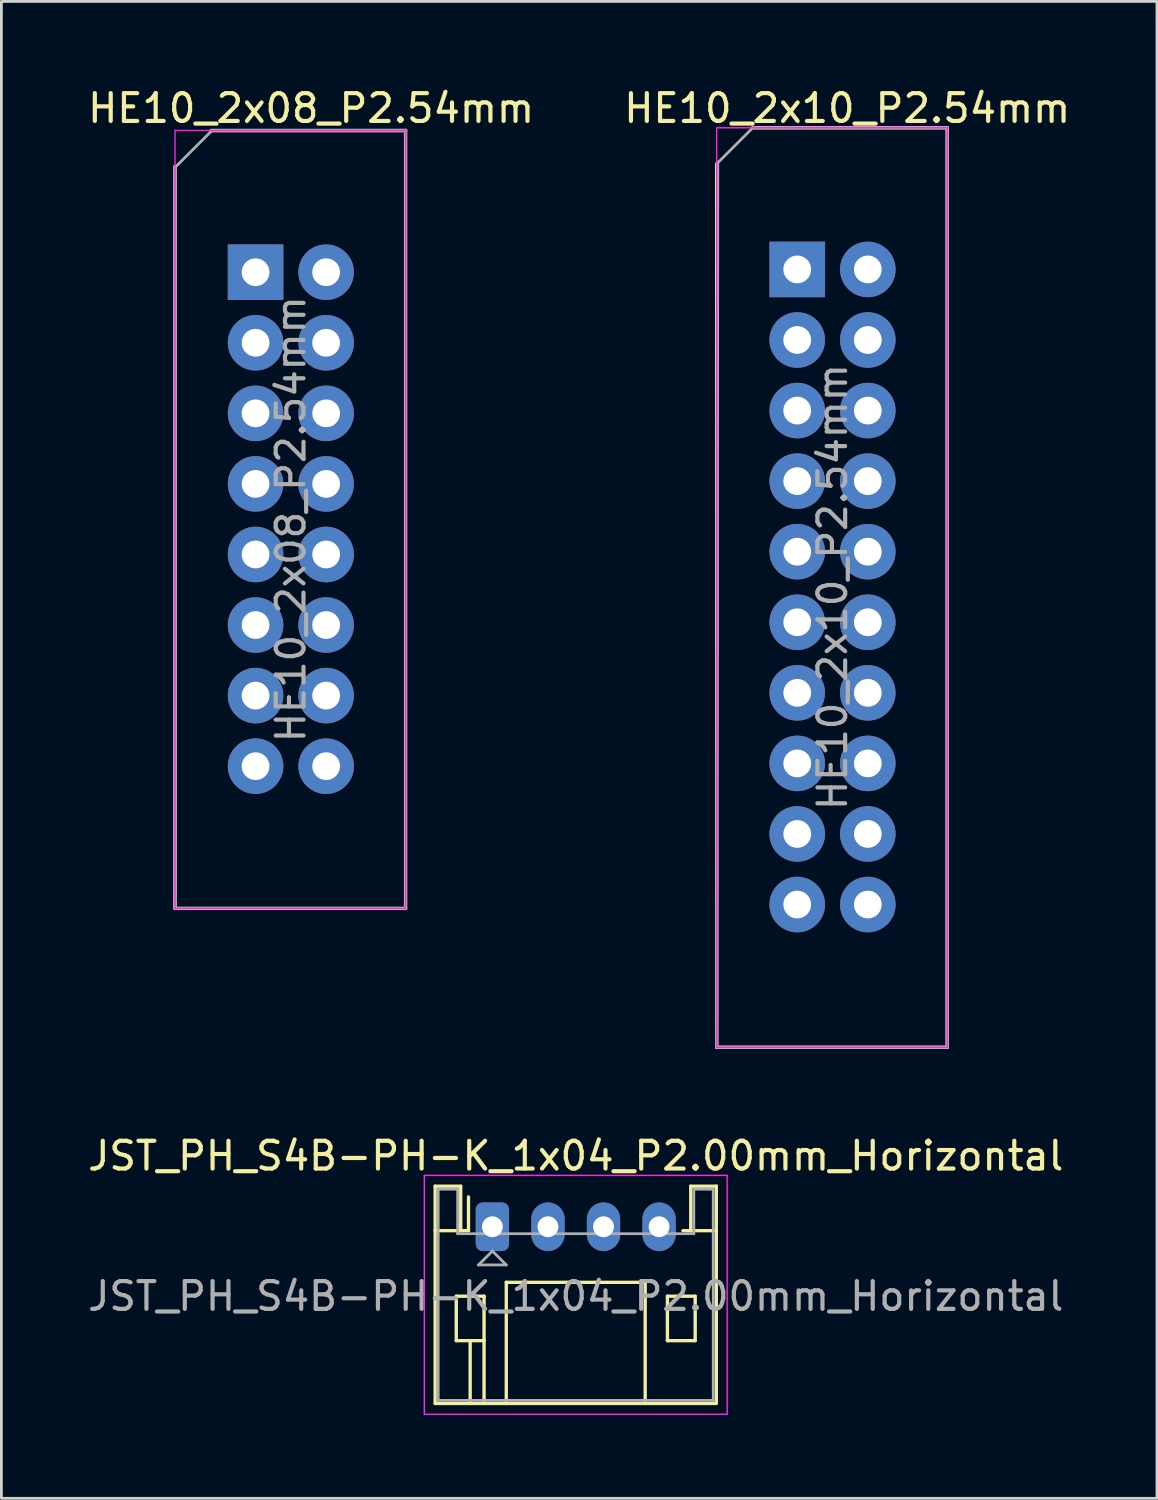
<source format=kicad_pcb>
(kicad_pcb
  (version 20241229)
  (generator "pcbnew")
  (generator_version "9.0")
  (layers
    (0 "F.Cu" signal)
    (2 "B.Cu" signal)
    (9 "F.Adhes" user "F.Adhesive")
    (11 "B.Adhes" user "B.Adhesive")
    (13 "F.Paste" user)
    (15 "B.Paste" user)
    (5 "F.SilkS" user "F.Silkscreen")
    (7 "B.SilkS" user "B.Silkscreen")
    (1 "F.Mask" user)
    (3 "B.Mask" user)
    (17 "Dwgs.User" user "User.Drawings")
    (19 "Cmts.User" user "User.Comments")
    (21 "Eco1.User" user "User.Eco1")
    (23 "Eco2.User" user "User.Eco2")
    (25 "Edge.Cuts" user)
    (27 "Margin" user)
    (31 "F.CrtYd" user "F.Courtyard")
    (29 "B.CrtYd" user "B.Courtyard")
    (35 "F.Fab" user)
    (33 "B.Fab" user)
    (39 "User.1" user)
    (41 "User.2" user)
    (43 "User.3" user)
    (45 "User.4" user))
  (footprint "HE10_2x08_P2.54mm"
    (layer "F.Cu")
    (at 6.149 6.748)
    (property "Reference" "HE10_2x08_P2.54mm" (at 2 -5.9 0) (layer "F.SilkS") (effects (font (size 1 1) (thickness 0.15))))
    (attr through_hole)
    (fp_line (start -2.9 -3.8) (end -2.9 22.9) (stroke (width 0.12) (type solid)) (layer "F.SilkS"))
    (fp_line (start -2.9 22.9) (end 5.4 22.9) (stroke (width 0.12) (type solid)) (layer "F.SilkS"))
    (fp_line (start -1.6 -5.1) (end 5.4 -5.1) (stroke (width 0.12) (type solid)) (layer "F.SilkS"))
    (fp_line (start 5.4 -5.1) (end 5.4 22.9) (stroke (width 0.12) (type solid)) (layer "F.SilkS"))
    (fp_line (start -2.9 -5.1) (end -2.9 22.9) (stroke (width 0.05) (type solid)) (layer "F.CrtYd"))
    (fp_line (start -2.9 22.9) (end 5.4 22.9) (stroke (width 0.05) (type solid)) (layer "F.CrtYd"))
    (fp_line (start 5.4 -5.1) (end -2.9 -5.1) (stroke (width 0.05) (type solid)) (layer "F.CrtYd"))
    (fp_line (start 5.4 22.9) (end 5.4 -5.1) (stroke (width 0.05) (type solid)) (layer "F.CrtYd"))
    (fp_line (start -2.9 -3.8) (end -2.9 22.9) (stroke (width 0.12) (type solid)) (layer "F.Fab"))
    (fp_line (start -2.87 -3.8) (end -1.6 -5.07) (stroke (width 0.1) (type solid)) (layer "F.Fab"))
    (fp_line (start -1.6 -5.1) (end 5.4 -5.1) (stroke (width 0.12) (type solid)) (layer "F.Fab"))
    (fp_line (start 5.4 -5.1) (end 5.4 22.9) (stroke (width 0.1) (type solid)) (layer "F.Fab"))
    (fp_line (start 5.4 22.9) (end -2.9 22.9) (stroke (width 0.1) (type solid)) (layer "F.Fab"))
    (fp_text user "${REFERENCE}" (at 1.27 8.89 90) (layer "F.Fab") (effects (font (size 1 1) (thickness 0.15))))
    (pad "1" thru_hole rect (at 0 0) (size 2 2) (drill 1) (layers "*.Cu" "*.Mask"))
    (pad "2" thru_hole oval (at 2.54 0) (size 2 2) (drill 1) (layers "*.Cu" "*.Mask"))
    (pad "3" thru_hole oval (at 0 2.54) (size 2 2) (drill 1) (layers "*.Cu" "*.Mask"))
    (pad "4" thru_hole oval (at 2.54 2.54) (size 2 2) (drill 1) (layers "*.Cu" "*.Mask"))
    (pad "5" thru_hole oval (at 0 5.08) (size 2 2) (drill 1) (layers "*.Cu" "*.Mask"))
    (pad "6" thru_hole oval (at 2.54 5.08) (size 2 2) (drill 1) (layers "*.Cu" "*.Mask"))
    (pad "7" thru_hole oval (at 0 7.62) (size 2 2) (drill 1) (layers "*.Cu" "*.Mask"))
    (pad "8" thru_hole oval (at 2.54 7.62) (size 2 2) (drill 1) (layers "*.Cu" "*.Mask"))
    (pad "9" thru_hole oval (at 0 10.16) (size 2 2) (drill 1) (layers "*.Cu" "*.Mask"))
    (pad "10" thru_hole oval (at 2.54 10.16) (size 2 2) (drill 1) (layers "*.Cu" "*.Mask"))
    (pad "11" thru_hole oval (at 0 12.7) (size 2 2) (drill 1) (layers "*.Cu" "*.Mask"))
    (pad "12" thru_hole oval (at 2.54 12.7) (size 2 2) (drill 1) (layers "*.Cu" "*.Mask"))
    (pad "13" thru_hole oval (at 0 15.24) (size 2 2) (drill 1) (layers "*.Cu" "*.Mask"))
    (pad "14" thru_hole oval (at 2.54 15.24) (size 2 2) (drill 1) (layers "*.Cu" "*.Mask"))
    (pad "15" thru_hole oval (at 0 17.78) (size 2 2) (drill 1) (layers "*.Cu" "*.Mask"))
    (pad "16" thru_hole oval (at 2.54 17.78) (size 2 2) (drill 1) (layers "*.Cu" "*.Mask")))
  (footprint "JST_PH_S4B-PH-K_1x04_P2.00mm_Horizontal"
    (layer "F.Cu")
    (at 14.673 41.106)
    (property "Reference" "JST_PH_S4B-PH-K_1x04_P2.00mm_Horizontal" (at 3 -2.55 0) (layer "F.SilkS") (effects (font (size 1 1) (thickness 0.15))))
    (attr through_hole)
    (fp_line (start -2.06 -1.46) (end -2.06 6.36) (stroke (width 0.12) (type solid)) (layer "F.SilkS"))
    (fp_line (start -2.06 0.14) (end -1.14 0.14) (stroke (width 0.12) (type solid)) (layer "F.SilkS"))
    (fp_line (start -2.06 6.36) (end 8.06 6.36) (stroke (width 0.12) (type solid)) (layer "F.SilkS"))
    (fp_line (start -1.3 2.5) (end -1.3 4.1) (stroke (width 0.12) (type solid)) (layer "F.SilkS"))
    (fp_line (start -1.3 4.1) (end -0.3 4.1) (stroke (width 0.12) (type solid)) (layer "F.SilkS"))
    (fp_line (start -1.14 -1.46) (end -2.06 -1.46) (stroke (width 0.12) (type solid)) (layer "F.SilkS"))
    (fp_line (start -1.14 0.14) (end -1.14 -1.46) (stroke (width 0.12) (type solid)) (layer "F.SilkS"))
    (fp_line (start -0.86 0.14) (end -1.14 0.14) (stroke (width 0.12) (type solid)) (layer "F.SilkS"))
    (fp_line (start -0.86 0.14) (end -0.86 -1.075) (stroke (width 0.12) (type solid)) (layer "F.SilkS"))
    (fp_line (start -0.8 4.1) (end -0.8 6.36) (stroke (width 0.12) (type solid)) (layer "F.SilkS"))
    (fp_line (start -0.3 2.5) (end -1.3 2.5) (stroke (width 0.12) (type solid)) (layer "F.SilkS"))
    (fp_line (start -0.3 4.1) (end -0.3 2.5) (stroke (width 0.12) (type solid)) (layer "F.SilkS"))
    (fp_line (start -0.3 4.1) (end -0.3 6.36) (stroke (width 0.12) (type solid)) (layer "F.SilkS"))
    (fp_line (start 0.5 2) (end 5.5 2) (stroke (width 0.12) (type solid)) (layer "F.SilkS"))
    (fp_line (start 0.5 6.36) (end 0.5 2) (stroke (width 0.12) (type solid)) (layer "F.SilkS"))
    (fp_line (start 5.5 2) (end 5.5 6.36) (stroke (width 0.12) (type solid)) (layer "F.SilkS"))
    (fp_line (start 6.3 2.5) (end 7.3 2.5) (stroke (width 0.12) (type solid)) (layer "F.SilkS"))
    (fp_line (start 6.3 4.1) (end 6.3 2.5) (stroke (width 0.12) (type solid)) (layer "F.SilkS"))
    (fp_line (start 7.14 -1.46) (end 7.14 0.14) (stroke (width 0.12) (type solid)) (layer "F.SilkS"))
    (fp_line (start 7.14 0.14) (end 6.86 0.14) (stroke (width 0.12) (type solid)) (layer "F.SilkS"))
    (fp_line (start 7.3 2.5) (end 7.3 4.1) (stroke (width 0.12) (type solid)) (layer "F.SilkS"))
    (fp_line (start 7.3 4.1) (end 6.3 4.1) (stroke (width 0.12) (type solid)) (layer "F.SilkS"))
    (fp_line (start 8.06 -1.46) (end 7.14 -1.46) (stroke (width 0.12) (type solid)) (layer "F.SilkS"))
    (fp_line (start 8.06 0.14) (end 7.14 0.14) (stroke (width 0.12) (type solid)) (layer "F.SilkS"))
    (fp_line (start 8.06 6.36) (end 8.06 -1.46) (stroke (width 0.12) (type solid)) (layer "F.SilkS"))
    (fp_line (start -2.45 -1.85) (end -2.45 6.75) (stroke (width 0.05) (type solid)) (layer "F.CrtYd"))
    (fp_line (start -2.45 6.75) (end 8.45 6.75) (stroke (width 0.05) (type solid)) (layer "F.CrtYd"))
    (fp_line (start 8.45 -1.85) (end -2.45 -1.85) (stroke (width 0.05) (type solid)) (layer "F.CrtYd"))
    (fp_line (start 8.45 6.75) (end 8.45 -1.85) (stroke (width 0.05) (type solid)) (layer "F.CrtYd"))
    (fp_line (start -1.95 -1.35) (end -1.95 6.25) (stroke (width 0.1) (type solid)) (layer "F.Fab"))
    (fp_line (start -1.95 6.25) (end 7.95 6.25) (stroke (width 0.1) (type solid)) (layer "F.Fab"))
    (fp_line (start -1.25 -1.35) (end -1.95 -1.35) (stroke (width 0.1) (type solid)) (layer "F.Fab"))
    (fp_line (start -1.25 0.25) (end -1.25 -1.35) (stroke (width 0.1) (type solid)) (layer "F.Fab"))
    (fp_line (start -0.5 1.375) (end 0.5 1.375) (stroke (width 0.1) (type solid)) (layer "F.Fab"))
    (fp_line (start 0 0.875) (end -0.5 1.375) (stroke (width 0.1) (type solid)) (layer "F.Fab"))
    (fp_line (start 0.5 1.375) (end 0 0.875) (stroke (width 0.1) (type solid)) (layer "F.Fab"))
    (fp_line (start 7.25 -1.35) (end 7.25 0.25) (stroke (width 0.1) (type solid)) (layer "F.Fab"))
    (fp_line (start 7.25 0.25) (end -1.25 0.25) (stroke (width 0.1) (type solid)) (layer "F.Fab"))
    (fp_line (start 7.95 -1.35) (end 7.25 -1.35) (stroke (width 0.1) (type solid)) (layer "F.Fab"))
    (fp_line (start 7.95 6.25) (end 7.95 -1.35) (stroke (width 0.1) (type solid)) (layer "F.Fab"))
    (fp_text user "${REFERENCE}" (at 3 2.5 0) (layer "F.Fab") (effects (font (size 1 1) (thickness 0.15))))
    (pad "1" thru_hole roundrect (at 0 0) (size 1.2 1.75) (drill 0.75) (layers "*.Cu" "*.Mask") (roundrect_rratio 0.208))
    (pad "2" thru_hole oval (at 2 0) (size 1.2 1.75) (drill 0.75) (layers "*.Cu" "*.Mask"))
    (pad "3" thru_hole oval (at 4 0) (size 1.2 1.75) (drill 0.75) (layers "*.Cu" "*.Mask"))
    (pad "4" thru_hole oval (at 6 0) (size 1.2 1.75) (drill 0.75) (layers "*.Cu" "*.Mask")))
  (footprint "HE10_2x10_P2.54mm"
    (layer "F.Cu")
    (at 25.646 6.648)
    (property "Reference" "HE10_2x10_P2.54mm" (at 1.8 -5.8 0) (layer "F.SilkS") (effects (font (size 1 1) (thickness 0.15))))
    (attr through_hole)
    (fp_line (start -2.9 28) (end -2.9 -3.8) (stroke (width 0.12) (type solid)) (layer "F.SilkS"))
    (fp_line (start -1.6 -5.1) (end 5.4 -5.1) (stroke (width 0.12) (type solid)) (layer "F.SilkS"))
    (fp_line (start 5.4 -5.1) (end 5.4 28) (stroke (width 0.12) (type solid)) (layer "F.SilkS"))
    (fp_line (start 5.4 28) (end -2.9 28) (stroke (width 0.12) (type solid)) (layer "F.SilkS"))
    (fp_line (start -2.9 -5.1) (end -2.9 28) (stroke (width 0.05) (type solid)) (layer "F.CrtYd"))
    (fp_line (start -2.9 28) (end 5.4 28) (stroke (width 0.05) (type solid)) (layer "F.CrtYd"))
    (fp_line (start 5.4 -5.1) (end -2.9 -5.1) (stroke (width 0.05) (type solid)) (layer "F.CrtYd"))
    (fp_line (start 5.4 28) (end 5.4 -5.1) (stroke (width 0.05) (type solid)) (layer "F.CrtYd"))
    (fp_line (start -2.9 28) (end -2.87 -3.83) (stroke (width 0.12) (type solid)) (layer "F.Fab"))
    (fp_line (start -2.87 -3.83) (end -1.6 -5.1) (stroke (width 0.1) (type solid)) (layer "F.Fab"))
    (fp_line (start -1.6 -5.1) (end 5.4 -5.1) (stroke (width 0.12) (type solid)) (layer "F.Fab"))
    (fp_line (start 5.4 -5.1) (end 5.4 28) (stroke (width 0.12) (type solid)) (layer "F.Fab"))
    (fp_line (start 5.4 28) (end -2.9 28) (stroke (width 0.12) (type solid)) (layer "F.Fab"))
    (fp_text user "${REFERENCE}" (at 1.27 11.43 90) (layer "F.Fab") (effects (font (size 1 1) (thickness 0.15))))
    (pad "1" thru_hole rect (at 0 0) (size 2 2) (drill 1) (layers "*.Cu" "*.Mask"))
    (pad "2" thru_hole oval (at 2.54 0) (size 2 2) (drill 1) (layers "*.Cu" "*.Mask"))
    (pad "3" thru_hole oval (at 0 2.54) (size 2 2) (drill 1) (layers "*.Cu" "*.Mask"))
    (pad "4" thru_hole oval (at 2.54 2.54) (size 2 2) (drill 1) (layers "*.Cu" "*.Mask"))
    (pad "5" thru_hole oval (at 0 5.08) (size 2 2) (drill 1) (layers "*.Cu" "*.Mask"))
    (pad "6" thru_hole oval (at 2.54 5.08) (size 2 2) (drill 1) (layers "*.Cu" "*.Mask"))
    (pad "7" thru_hole oval (at 0 7.62) (size 2 2) (drill 1) (layers "*.Cu" "*.Mask"))
    (pad "8" thru_hole oval (at 2.54 7.62) (size 2 2) (drill 1) (layers "*.Cu" "*.Mask"))
    (pad "9" thru_hole oval (at 0 10.16) (size 2 2) (drill 1) (layers "*.Cu" "*.Mask"))
    (pad "10" thru_hole oval (at 2.54 10.16) (size 2 2) (drill 1) (layers "*.Cu" "*.Mask"))
    (pad "11" thru_hole oval (at 0 12.7) (size 2 2) (drill 1) (layers "*.Cu" "*.Mask"))
    (pad "12" thru_hole oval (at 2.54 12.7) (size 2 2) (drill 1) (layers "*.Cu" "*.Mask"))
    (pad "13" thru_hole oval (at 0 15.24) (size 2 2) (drill 1) (layers "*.Cu" "*.Mask"))
    (pad "14" thru_hole oval (at 2.54 15.24) (size 2 2) (drill 1) (layers "*.Cu" "*.Mask"))
    (pad "15" thru_hole oval (at 0 17.78) (size 2 2) (drill 1) (layers "*.Cu" "*.Mask"))
    (pad "16" thru_hole oval (at 2.54 17.78) (size 2 2) (drill 1) (layers "*.Cu" "*.Mask"))
    (pad "17" thru_hole oval (at 0 20.32) (size 2 2) (drill 1) (layers "*.Cu" "*.Mask"))
    (pad "18" thru_hole oval (at 2.54 20.32) (size 2 2) (drill 1) (layers "*.Cu" "*.Mask"))
    (pad "19" thru_hole oval (at 0 22.86) (size 2 2) (drill 1) (layers "*.Cu" "*.Mask"))
    (pad "20" thru_hole oval (at 2.54 22.86) (size 2 2) (drill 1) (layers "*.Cu" "*.Mask")))
  (gr_rect
    (start -3 -3)
    (end 38.595 50.882)
    (stroke (width 0.1) (type default))
    (fill no)
    (layer "Edge.Cuts")))
</source>
